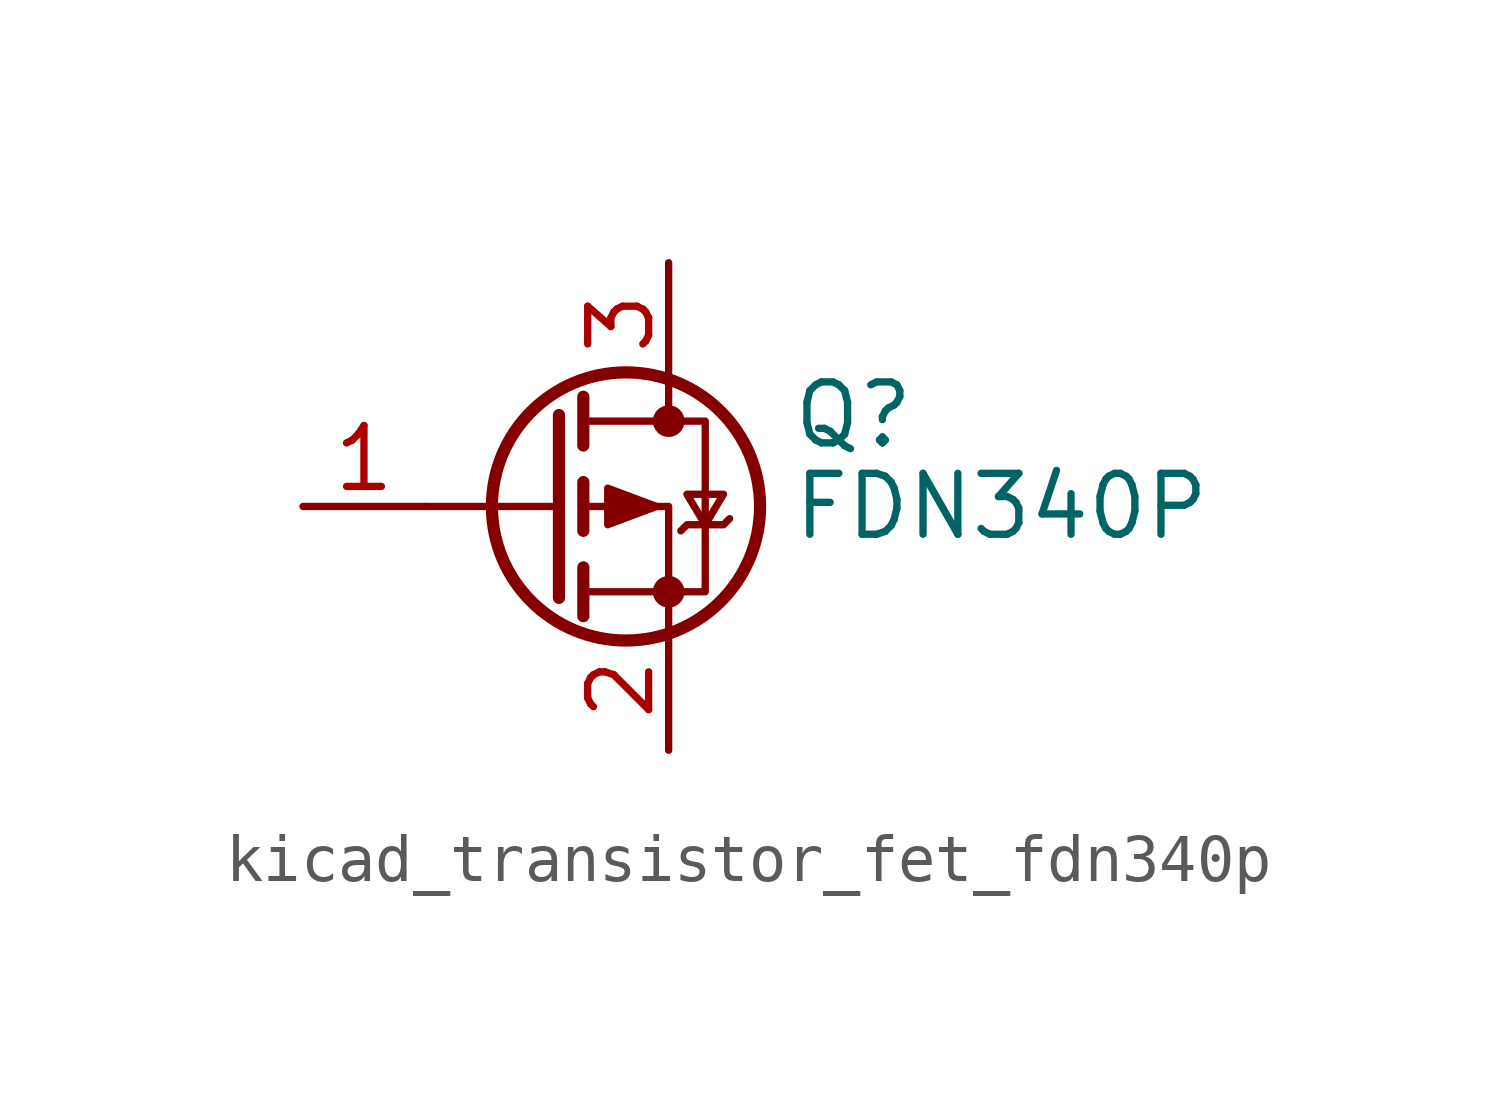
<source format=kicad_sym>
(kicad_symbol_lib
  (version 20220914)
  (generator kicad_symbol_editor)
  (symbol "kicad_transistor_fet_fdn340p"
    (pin_names hide)
    (property "Reference" "Q"
      (at 5.08 1.905 0)
      (effects (font (size 1.27 1.27)) (justify left)))
    (property "Value" "FDN340P"
      (at 5.08 0 0)
      (effects (font (size 1.27 1.27)) (justify left)))
    (symbol "kicad_transistor_fet_fdn340p_0_1"
      (polyline (pts (xy 0.254 0) (xy -2.54 0)) (stroke (width 0) (type default)) (fill (type none)))
      (polyline (pts (xy 0.254 1.905) (xy 0.254 -1.905)) (stroke (width 0.254) (type default)) (fill (type none)))
      (polyline (pts (xy 0.762 -1.27) (xy 0.762 -2.286)) (stroke (width 0.254) (type default)) (fill (type none)))
      (polyline (pts (xy 0.762 0.508) (xy 0.762 -0.508)) (stroke (width 0.254) (type default)) (fill (type none)))
      (polyline (pts (xy 0.762 2.286) (xy 0.762 1.27)) (stroke (width 0.254) (type default)) (fill (type none)))
      (polyline (pts (xy 2.54 2.54) (xy 2.54 1.778)) (stroke (width 0) (type default)) (fill (type none)))
      (polyline (pts (xy 2.54 -2.54) (xy 2.54 0) (xy 0.762 0)) (stroke (width 0) (type default)) (fill (type none)))
      (polyline (pts (xy 0.762 1.778) (xy 3.302 1.778) (xy 3.302 -1.778) (xy 0.762 -1.778)) (stroke (width 0) (type default)) (fill (type none)))
      (polyline (pts (xy 2.286 0) (xy 1.27 0.381) (xy 1.27 -0.381) (xy 2.286 0)) (stroke (width 0) (type default)) (fill (type outline)))
      (polyline (pts (xy 2.794 -0.508) (xy 2.921 -0.381) (xy 3.683 -0.381) (xy 3.81 -0.254)) (stroke (width 0) (type default)) (fill (type none)))
      (polyline (pts (xy 3.302 -0.381) (xy 2.921 0.254) (xy 3.683 0.254) (xy 3.302 -0.381)) (stroke (width 0) (type default)) (fill (type none)))
      (circle (center 1.651 0) (radius 2.794) (stroke (width 0.254) (type default)) (fill (type none)))
      (circle (center 2.54 -1.778) (radius 0.254) (stroke (width 0) (type default)) (fill (type outline)))
      (circle (center 2.54 1.778) (radius 0.254) (stroke (width 0) (type default)) (fill (type outline))))
    (symbol "kicad_transistor_fet_fdn340p_1_1"
      (pin input line (at -5.08 0 0) (length 2.54) (name "G" (effects (font (size 1.27 1.27)))) (number "1" (effects (font (size 1.27 1.27)))))
      (pin passive line (at 2.54 -5.08 90) (length 2.54) (name "S" (effects (font (size 1.27 1.27)))) (number "2" (effects (font (size 1.27 1.27)))))
      (pin passive line (at 2.54 5.08 270) (length 2.54) (name "D" (effects (font (size 1.27 1.27)))) (number "3" (effects (font (size 1.27 1.27))))))))
</source>
